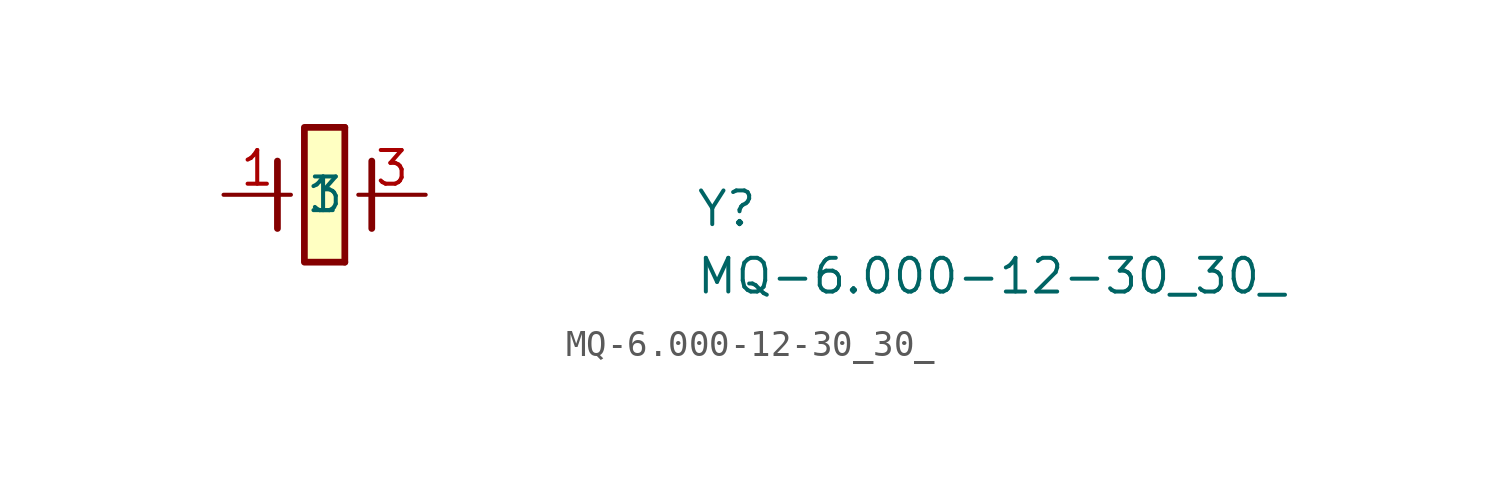
<source format=kicad_sym>
(kicad_symbol_lib
  (version 20211014)
  (generator kicad_symbol_editor)
  (symbol "MQ-6.000-12-30_30_"
    (property "Reference" "Y"
      (at 17.78 -1.27 0)
      (effects (font (size 1.27 1.27) (thickness 0.15)) (justify left bottom)))
    (property "Value" "MQ-6.000-12-30_30_"
      (at 17.78 -3.81 0)
      (effects (font (size 1.27 1.27) (thickness 0.15)) (justify left bottom)))
    (symbol "MQ-6.000-12-30_30__1_1"
      (polyline (pts (xy 2.032 1.27) (xy 2.032 -1.27)) (stroke (width 0.254) (type default) (color 0 0 0 0)) (fill (type background)))
      (polyline (pts (xy 4.572 -2.54) (xy 4.572 2.54)) (stroke (width 0.254) (type default) (color 0 0 0 0)) (fill (type background)))
      (polyline (pts (xy 5.588 1.27) (xy 5.588 -1.27)) (stroke (width 0.254) (type default) (color 0 0 0 0)) (fill (type background)))
      (polyline (pts (xy 4.572 2.54) (xy 3.048 2.54) (xy 3.048 -2.54) (xy 4.572 -2.54)) (stroke (width 0.254) (type default) (color 0 0 0 0)) (fill (type background)))
      (pin passive line (at 0 0 0) (length 2.54) (name "1" (effects (font (size 1.27 1.27)))) (number "1" (effects (font (size 1.27 1.27)))))
      (pin passive line (at 7.62 0 180) (length 2.54) (name "3" (effects (font (size 1.27 1.27)))) (number "3" (effects (font (size 1.27 1.27))))))))
</source>
